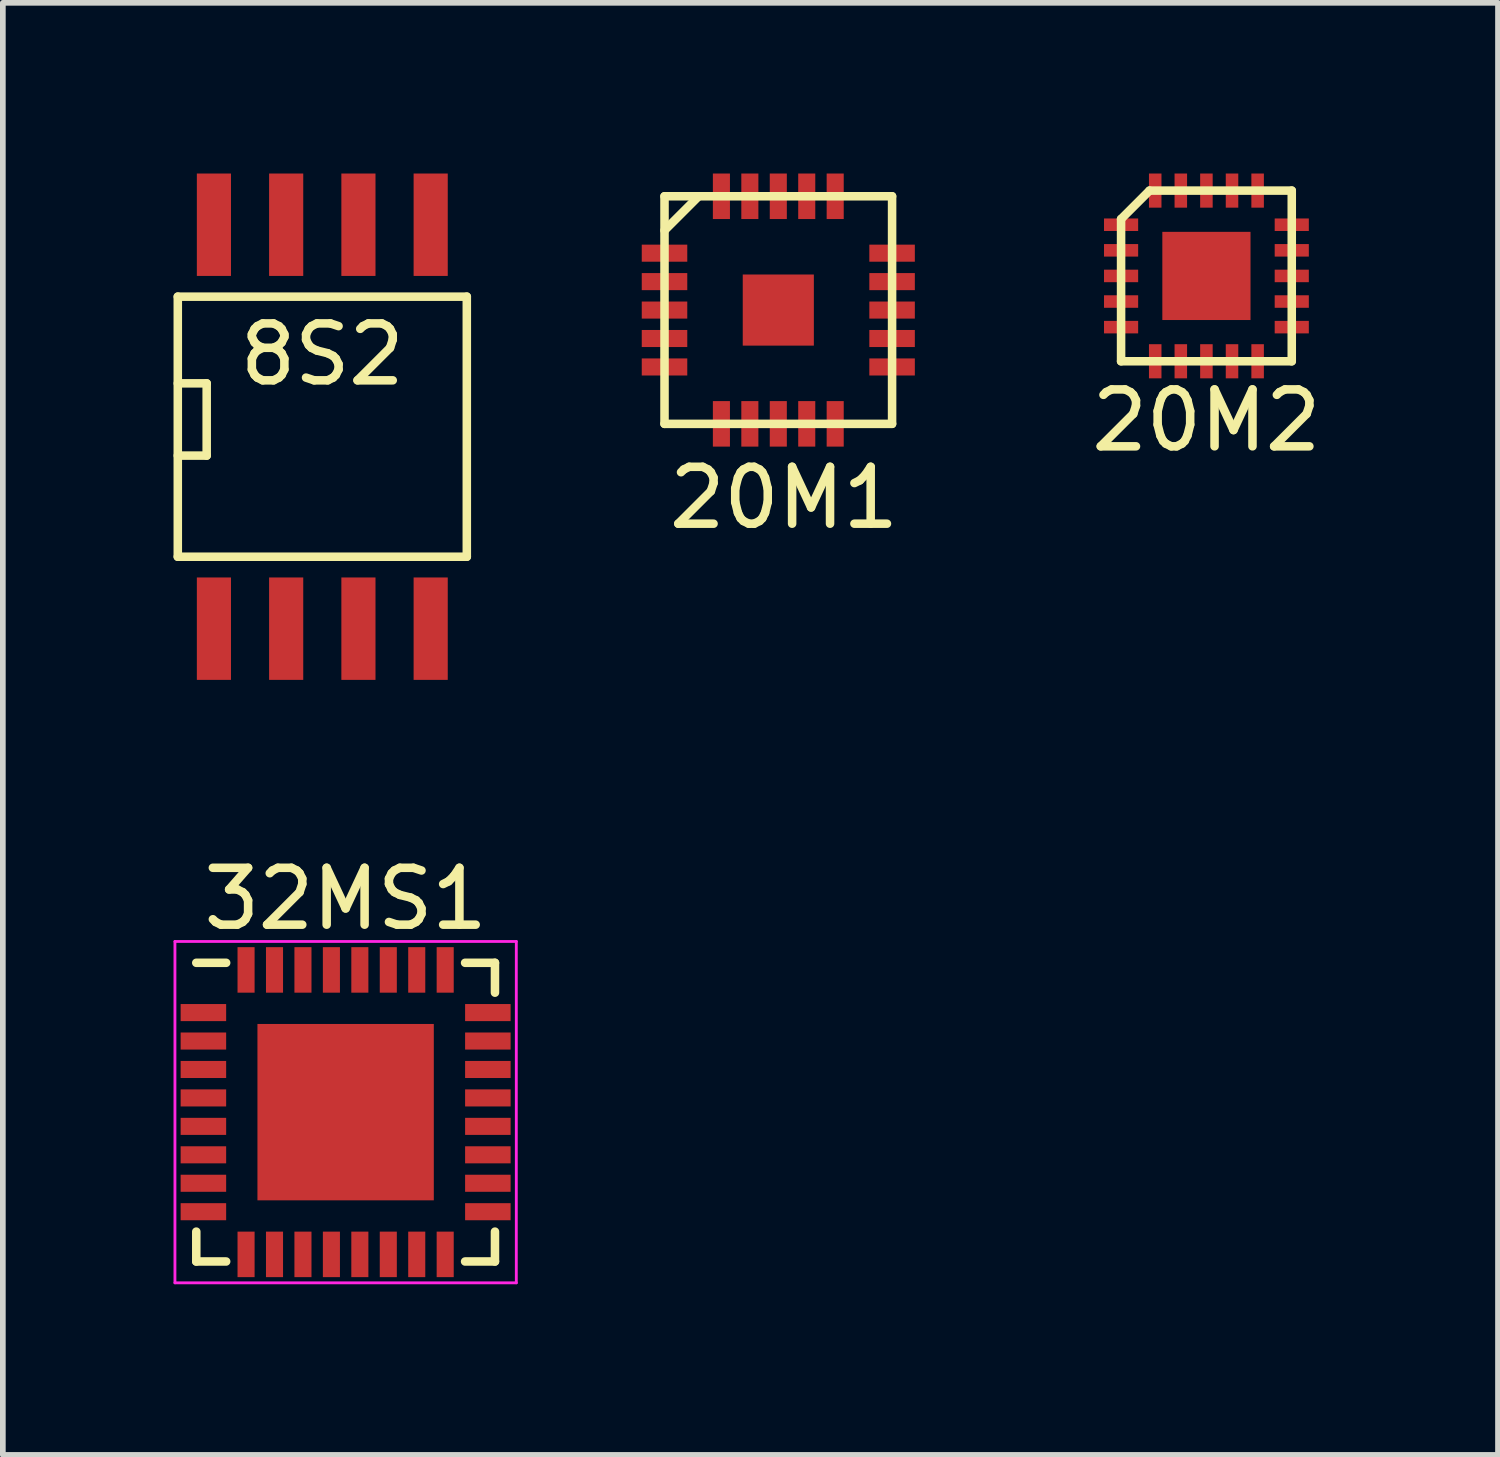
<source format=kicad_pcb>
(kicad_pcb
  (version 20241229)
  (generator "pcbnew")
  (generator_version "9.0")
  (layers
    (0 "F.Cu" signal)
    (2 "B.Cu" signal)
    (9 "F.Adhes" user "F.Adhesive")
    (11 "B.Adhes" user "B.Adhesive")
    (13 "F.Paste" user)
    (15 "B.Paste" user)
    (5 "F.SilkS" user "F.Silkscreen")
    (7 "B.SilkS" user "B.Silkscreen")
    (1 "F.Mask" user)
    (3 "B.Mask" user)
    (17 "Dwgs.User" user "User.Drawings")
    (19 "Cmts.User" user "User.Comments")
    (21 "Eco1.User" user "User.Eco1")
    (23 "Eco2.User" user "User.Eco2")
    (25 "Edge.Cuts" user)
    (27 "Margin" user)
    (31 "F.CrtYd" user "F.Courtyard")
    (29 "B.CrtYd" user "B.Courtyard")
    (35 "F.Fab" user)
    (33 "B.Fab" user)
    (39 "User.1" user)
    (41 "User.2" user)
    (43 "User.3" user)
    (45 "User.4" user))
  (footprint "8S2"
    (layer "F.Cu")
    (at 2.615 4.45)
    (property "Reference" "8S2" (at 0 -1.27 0) (layer "F.SilkS") (effects (font (size 1 1) (thickness 0.15))))
    (attr smd)
    (fp_line (start -2.54 -2.286) (end 2.54 -2.286) (stroke (width 0.15) (type solid)) (layer "F.SilkS"))
    (fp_line (start -2.54 -0.762) (end -2.032 -0.762) (stroke (width 0.15) (type solid)) (layer "F.SilkS"))
    (fp_line (start -2.54 2.286) (end -2.54 -2.286) (stroke (width 0.15) (type solid)) (layer "F.SilkS"))
    (fp_line (start -2.032 -0.762) (end -2.032 0.508) (stroke (width 0.15) (type solid)) (layer "F.SilkS"))
    (fp_line (start -2.032 0.508) (end -2.54 0.508) (stroke (width 0.15) (type solid)) (layer "F.SilkS"))
    (fp_line (start 2.54 -2.286) (end 2.54 2.286) (stroke (width 0.15) (type solid)) (layer "F.SilkS"))
    (fp_line (start 2.54 2.286) (end -2.54 2.286) (stroke (width 0.15) (type solid)) (layer "F.SilkS"))
    (pad "1" smd rect (at -1.905 3.55) (size 0.6 1.8) (layers "F.Cu" "F.Mask" "F.Paste"))
    (pad "2" smd rect (at -0.635 3.55) (size 0.6 1.8) (layers "F.Cu" "F.Mask" "F.Paste"))
    (pad "3" smd rect (at 0.635 3.55) (size 0.6 1.8) (layers "F.Cu" "F.Mask" "F.Paste"))
    (pad "4" smd rect (at 1.905 3.55) (size 0.6 1.8) (layers "F.Cu" "F.Mask" "F.Paste"))
    (pad "5" smd rect (at 1.905 -3.55) (size 0.6 1.8) (layers "F.Cu" "F.Mask" "F.Paste"))
    (pad "6" smd rect (at 0.635 -3.55) (size 0.6 1.8) (layers "F.Cu" "F.Mask" "F.Paste"))
    (pad "7" smd rect (at -0.635 -3.55) (size 0.6 1.8) (layers "F.Cu" "F.Mask" "F.Paste"))
    (pad "8" smd rect (at -1.905 -3.55) (size 0.6 1.8) (layers "F.Cu" "F.Mask" "F.Paste")))
  (footprint "20M1"
    (layer "F.Cu")
    (at 10.63 2.4)
    (property "Reference" "20M1" (at 0.1 3.3 0) (layer "F.SilkS") (effects (font (size 1 1) (thickness 0.15))))
    (attr through_hole)
    (fp_line (start -2 -2) (end 2 -2) (stroke (width 0.15) (type solid)) (layer "F.SilkS"))
    (fp_line (start -2 -1.4) (end -1.4 -2) (stroke (width 0.15) (type solid)) (layer "F.SilkS"))
    (fp_line (start -2 2) (end -2 -2) (stroke (width 0.15) (type solid)) (layer "F.SilkS"))
    (fp_line (start 2 -2) (end 2 2) (stroke (width 0.15) (type solid)) (layer "F.SilkS"))
    (fp_line (start 2 2) (end -2 2) (stroke (width 0.15) (type solid)) (layer "F.SilkS"))
    (pad "1" smd rect (at -2 -1) (size 0.8 0.3) (layers "F.Cu" "F.Mask" "F.Paste"))
    (pad "2" smd rect (at -2 -0.5) (size 0.8 0.3) (layers "F.Cu" "F.Mask" "F.Paste"))
    (pad "3" smd rect (at -2 0) (size 0.8 0.3) (layers "F.Cu" "F.Mask" "F.Paste"))
    (pad "4" smd rect (at -2 0.5) (size 0.8 0.3) (layers "F.Cu" "F.Mask" "F.Paste"))
    (pad "5" smd rect (at -2 1) (size 0.8 0.3) (layers "F.Cu" "F.Mask" "F.Paste"))
    (pad "6" smd rect (at -1 2 90) (size 0.8 0.3) (layers "F.Cu" "F.Mask" "F.Paste"))
    (pad "7" smd rect (at -0.5 2 90) (size 0.8 0.3) (layers "F.Cu" "F.Mask" "F.Paste"))
    (pad "8" smd rect (at 0 2 90) (size 0.8 0.3) (layers "F.Cu" "F.Mask" "F.Paste"))
    (pad "9" smd rect (at 0.5 2 90) (size 0.8 0.3) (layers "F.Cu" "F.Mask" "F.Paste"))
    (pad "10" smd rect (at 1 2 90) (size 0.8 0.3) (layers "F.Cu" "F.Mask" "F.Paste"))
    (pad "11" smd rect (at 2 1 180) (size 0.8 0.3) (layers "F.Cu" "F.Mask" "F.Paste"))
    (pad "12" smd rect (at 2 0.5 180) (size 0.8 0.3) (layers "F.Cu" "F.Mask" "F.Paste"))
    (pad "13" smd rect (at 2 0 180) (size 0.8 0.3) (layers "F.Cu" "F.Mask" "F.Paste"))
    (pad "14" smd rect (at 2 -0.5 180) (size 0.8 0.3) (layers "F.Cu" "F.Mask" "F.Paste"))
    (pad "15" smd rect (at 2 -1 180) (size 0.8 0.3) (layers "F.Cu" "F.Mask" "F.Paste"))
    (pad "16" smd rect (at 1 -2 270) (size 0.8 0.3) (layers "F.Cu" "F.Mask" "F.Paste"))
    (pad "17" smd rect (at 0.5 -2 270) (size 0.8 0.3) (layers "F.Cu" "F.Mask" "F.Paste"))
    (pad "18" smd rect (at 0 -2 270) (size 0.8 0.3) (layers "F.Cu" "F.Mask" "F.Paste"))
    (pad "19" smd rect (at -0.5 -2 270) (size 0.8 0.3) (layers "F.Cu" "F.Mask" "F.Paste"))
    (pad "20" smd rect (at -1 -2 270) (size 0.8 0.3) (layers "F.Cu" "F.Mask" "F.Paste"))
    (pad "21" smd rect (at 0 0 270) (size 1.25 1.25) (layers "F.Cu" "F.Mask" "F.Paste")))
  (footprint "32MS1"
    (layer "F.Cu")
    (at 3.025 16.498)
    (property "Reference" "32MS1" (at 0 -3.75 0) (layer "F.SilkS") (effects (font (size 1 1) (thickness 0.15))))
    (attr smd)
    (fp_line (start -2.625 -2.625) (end -2.1 -2.625) (stroke (width 0.15) (type solid)) (layer "F.SilkS"))
    (fp_line (start -2.625 2.625) (end -2.625 2.1) (stroke (width 0.15) (type solid)) (layer "F.SilkS"))
    (fp_line (start -2.625 2.625) (end -2.1 2.625) (stroke (width 0.15) (type solid)) (layer "F.SilkS"))
    (fp_line (start 2.625 -2.625) (end 2.1 -2.625) (stroke (width 0.15) (type solid)) (layer "F.SilkS"))
    (fp_line (start 2.625 -2.625) (end 2.625 -2.1) (stroke (width 0.15) (type solid)) (layer "F.SilkS"))
    (fp_line (start 2.625 2.625) (end 2.1 2.625) (stroke (width 0.15) (type solid)) (layer "F.SilkS"))
    (fp_line (start 2.625 2.625) (end 2.625 2.1) (stroke (width 0.15) (type solid)) (layer "F.SilkS"))
    (fp_line (start -3 -3) (end -3 3) (stroke (width 0.05) (type solid)) (layer "F.CrtYd"))
    (fp_line (start -3 -3) (end 3 -3) (stroke (width 0.05) (type solid)) (layer "F.CrtYd"))
    (fp_line (start -3 3) (end 3 3) (stroke (width 0.05) (type solid)) (layer "F.CrtYd"))
    (fp_line (start 3 -3) (end 3 3) (stroke (width 0.05) (type solid)) (layer "F.CrtYd"))
    (pad "1" smd rect (at -2.5 -1.75) (size 0.8 0.3) (layers "F.Cu" "F.Mask" "F.Paste"))
    (pad "2" smd rect (at -2.5 -1.25) (size 0.8 0.3) (layers "F.Cu" "F.Mask" "F.Paste"))
    (pad "3" smd rect (at -2.5 -0.75) (size 0.8 0.3) (layers "F.Cu" "F.Mask" "F.Paste"))
    (pad "4" smd rect (at -2.5 -0.25) (size 0.8 0.3) (layers "F.Cu" "F.Mask" "F.Paste"))
    (pad "5" smd rect (at -2.5 0.25) (size 0.8 0.3) (layers "F.Cu" "F.Mask" "F.Paste"))
    (pad "6" smd rect (at -2.5 0.75) (size 0.8 0.3) (layers "F.Cu" "F.Mask" "F.Paste"))
    (pad "7" smd rect (at -2.5 1.25) (size 0.8 0.3) (layers "F.Cu" "F.Mask" "F.Paste"))
    (pad "8" smd rect (at -2.5 1.75) (size 0.8 0.3) (layers "F.Cu" "F.Mask" "F.Paste"))
    (pad "9" smd rect (at -1.75 2.5 90) (size 0.8 0.3) (layers "F.Cu" "F.Mask" "F.Paste"))
    (pad "10" smd rect (at -1.25 2.5 90) (size 0.8 0.3) (layers "F.Cu" "F.Mask" "F.Paste"))
    (pad "11" smd rect (at -0.75 2.5 90) (size 0.8 0.3) (layers "F.Cu" "F.Mask" "F.Paste"))
    (pad "12" smd rect (at -0.25 2.5 90) (size 0.8 0.3) (layers "F.Cu" "F.Mask" "F.Paste"))
    (pad "13" smd rect (at 0.25 2.5 90) (size 0.8 0.3) (layers "F.Cu" "F.Mask" "F.Paste"))
    (pad "14" smd rect (at 0.75 2.5 90) (size 0.8 0.3) (layers "F.Cu" "F.Mask" "F.Paste"))
    (pad "15" smd rect (at 1.25 2.5 90) (size 0.8 0.3) (layers "F.Cu" "F.Mask" "F.Paste"))
    (pad "16" smd rect (at 1.75 2.5 90) (size 0.8 0.3) (layers "F.Cu" "F.Mask" "F.Paste"))
    (pad "17" smd rect (at 2.5 1.75) (size 0.8 0.3) (layers "F.Cu" "F.Mask" "F.Paste"))
    (pad "18" smd rect (at 2.5 1.25) (size 0.8 0.3) (layers "F.Cu" "F.Mask" "F.Paste"))
    (pad "19" smd rect (at 2.5 0.75) (size 0.8 0.3) (layers "F.Cu" "F.Mask" "F.Paste"))
    (pad "20" smd rect (at 2.5 0.25) (size 0.8 0.3) (layers "F.Cu" "F.Mask" "F.Paste"))
    (pad "21" smd rect (at 2.5 -0.25) (size 0.8 0.3) (layers "F.Cu" "F.Mask" "F.Paste"))
    (pad "22" smd rect (at 2.5 -0.75) (size 0.8 0.3) (layers "F.Cu" "F.Mask" "F.Paste"))
    (pad "23" smd rect (at 2.5 -1.25) (size 0.8 0.3) (layers "F.Cu" "F.Mask" "F.Paste"))
    (pad "24" smd rect (at 2.5 -1.75) (size 0.8 0.3) (layers "F.Cu" "F.Mask" "F.Paste"))
    (pad "25" smd rect (at 1.75 -2.5 90) (size 0.8 0.3) (layers "F.Cu" "F.Mask" "F.Paste"))
    (pad "26" smd rect (at 1.25 -2.5 90) (size 0.8 0.3) (layers "F.Cu" "F.Mask" "F.Paste"))
    (pad "27" smd rect (at 0.75 -2.5 90) (size 0.8 0.3) (layers "F.Cu" "F.Mask" "F.Paste"))
    (pad "28" smd rect (at 0.25 -2.5 90) (size 0.8 0.3) (layers "F.Cu" "F.Mask" "F.Paste"))
    (pad "29" smd rect (at -0.25 -2.5 90) (size 0.8 0.3) (layers "F.Cu" "F.Mask" "F.Paste"))
    (pad "30" smd rect (at -0.75 -2.5 90) (size 0.8 0.3) (layers "F.Cu" "F.Mask" "F.Paste"))
    (pad "31" smd rect (at -1.25 -2.5 90) (size 0.8 0.3) (layers "F.Cu" "F.Mask" "F.Paste"))
    (pad "32" smd rect (at -1.75 -2.5 90) (size 0.8 0.3) (layers "F.Cu" "F.Mask" "F.Paste"))
    (pad "33" smd rect (at 0 0) (size 3.1 3.1) (layers "F.Cu" "F.Mask" "F.Paste")))
  (footprint "20M2"
    (layer "F.Cu")
    (at 18.155 1.8)
    (property "Reference" "20M2" (at 0 2.54 0) (layer "F.SilkS") (effects (font (size 1 1) (thickness 0.15))))
    (attr through_hole)
    (fp_line (start -1.5 -1) (end -1 -1.5) (stroke (width 0.15) (type solid)) (layer "F.SilkS"))
    (fp_line (start -1.5 1.5) (end -1.5 -1) (stroke (width 0.15) (type solid)) (layer "F.SilkS"))
    (fp_line (start -1 -1.5) (end 1.5 -1.5) (stroke (width 0.15) (type solid)) (layer "F.SilkS"))
    (fp_line (start 1.5 -1.5) (end 1.5 1.5) (stroke (width 0.15) (type solid)) (layer "F.SilkS"))
    (fp_line (start 1.5 1.5) (end -1.5 1.5) (stroke (width 0.15) (type solid)) (layer "F.SilkS"))
    (pad "1" smd trapezoid (at -1.5 -0.9) (size 0.6 0.22) (layers "F.Cu" "F.Mask" "F.Paste"))
    (pad "2" smd rect (at -1.5 -0.45) (size 0.6 0.22) (layers "F.Cu" "F.Mask" "F.Paste"))
    (pad "3" smd rect (at -1.5 0) (size 0.6 0.22) (layers "F.Cu" "F.Mask" "F.Paste"))
    (pad "4" smd rect (at -1.5 0.45) (size 0.6 0.22) (layers "F.Cu" "F.Mask" "F.Paste"))
    (pad "5" smd rect (at -1.5 0.9) (size 0.6 0.22) (layers "F.Cu" "F.Mask" "F.Paste"))
    (pad "6" smd rect (at -0.9 1.5 90) (size 0.6 0.22) (layers "F.Cu" "F.Mask" "F.Paste"))
    (pad "7" smd rect (at -0.45 1.5 90) (size 0.6 0.22) (layers "F.Cu" "F.Mask" "F.Paste"))
    (pad "8" smd rect (at 0 1.5 90) (size 0.6 0.22) (layers "F.Cu" "F.Mask" "F.Paste"))
    (pad "9" smd rect (at 0.45 1.5 90) (size 0.6 0.22) (layers "F.Cu" "F.Mask" "F.Paste"))
    (pad "10" smd rect (at 0.9 1.5 90) (size 0.6 0.22) (layers "F.Cu" "F.Mask" "F.Paste"))
    (pad "11" smd rect (at 1.5 0.9 180) (size 0.6 0.22) (layers "F.Cu" "F.Mask" "F.Paste"))
    (pad "12" smd rect (at 1.5 0.45 180) (size 0.6 0.22) (layers "F.Cu" "F.Mask" "F.Paste"))
    (pad "13" smd rect (at 1.5 0 180) (size 0.6 0.22) (layers "F.Cu" "F.Mask" "F.Paste"))
    (pad "14" smd rect (at 1.5 -0.45 180) (size 0.6 0.22) (layers "F.Cu" "F.Mask" "F.Paste"))
    (pad "15" smd rect (at 1.5 -0.9 180) (size 0.6 0.22) (layers "F.Cu" "F.Mask" "F.Paste"))
    (pad "16" smd rect (at 0.9 -1.5 270) (size 0.6 0.22) (layers "F.Cu" "F.Mask" "F.Paste"))
    (pad "17" smd rect (at 0.45 -1.5 270) (size 0.6 0.22) (layers "F.Cu" "F.Mask" "F.Paste"))
    (pad "18" smd rect (at 0 -1.5 270) (size 0.6 0.22) (layers "F.Cu" "F.Mask" "F.Paste"))
    (pad "19" smd rect (at -0.45 -1.5 270) (size 0.6 0.22) (layers "F.Cu" "F.Mask" "F.Paste"))
    (pad "20" smd rect (at -0.9 -1.5 270) (size 0.6 0.22) (layers "F.Cu" "F.Mask" "F.Paste"))
    (pad "21" smd rect (at 0 0 270) (size 1.55 1.55) (layers "F.Cu" "F.Mask" "F.Paste")))
  (gr_rect
    (start -3 -3)
    (end 23.28 22.523)
    (stroke (width 0.1) (type default))
    (fill no)
    (layer "Edge.Cuts")))
</source>
